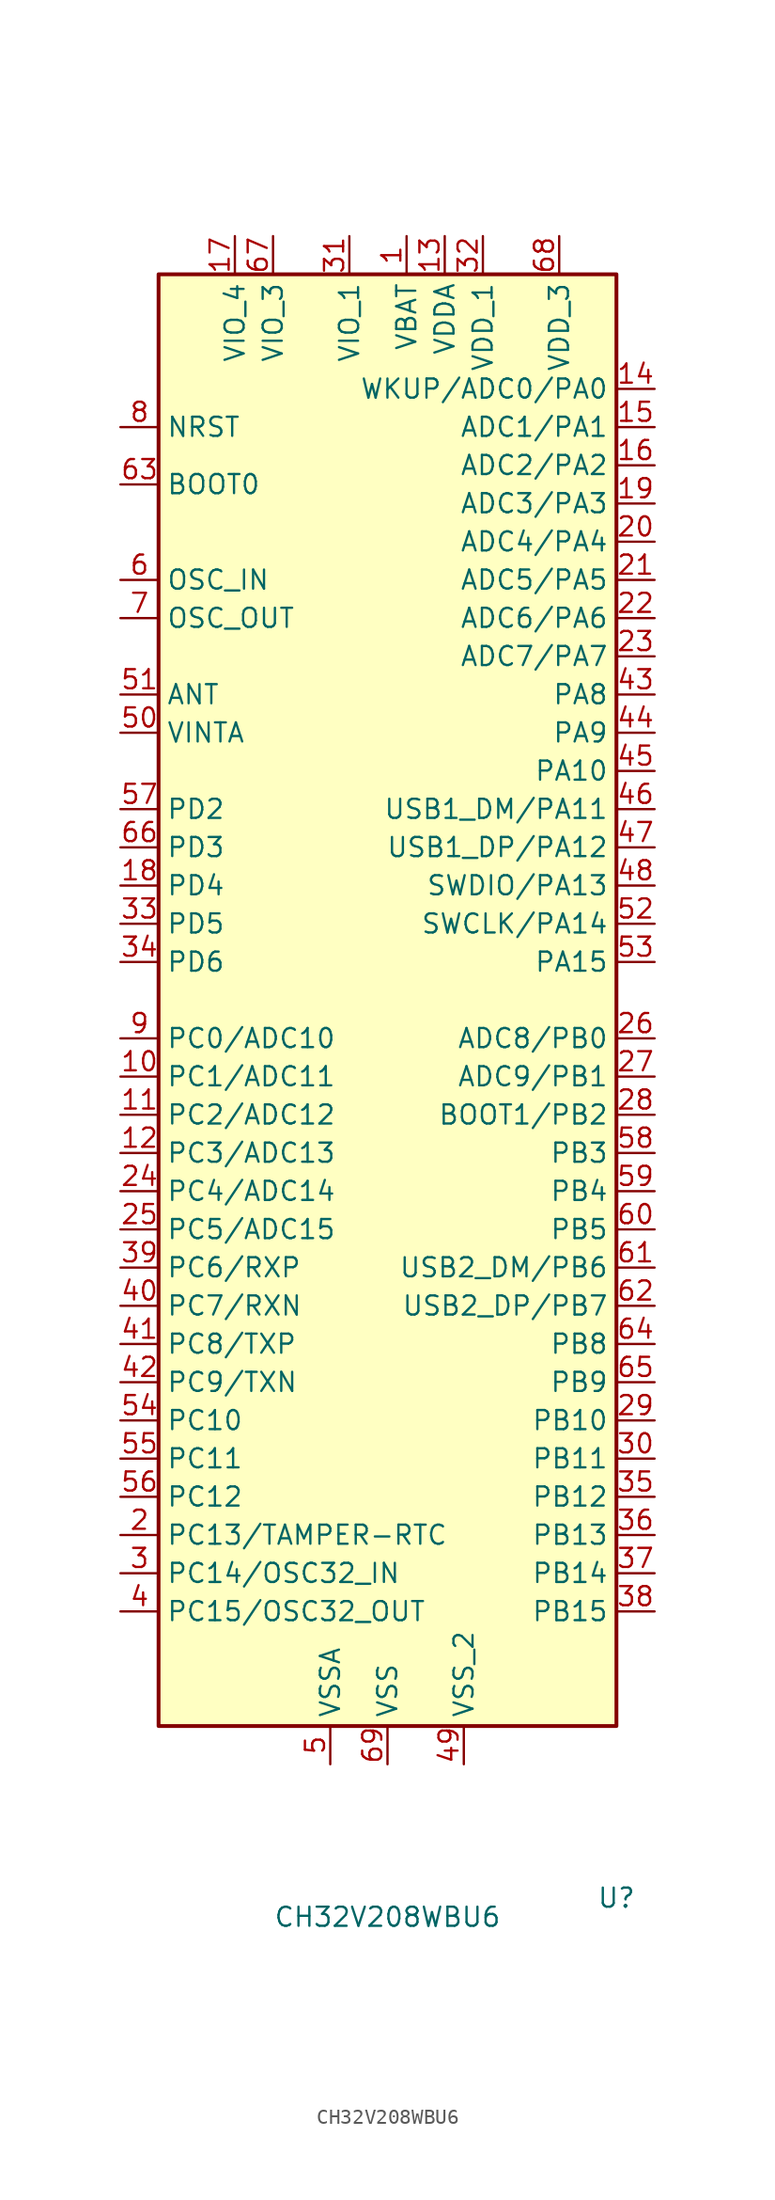
<source format=kicad_sym>
(kicad_symbol_lib
  (version 20231120)
  (generator "kicad_symbol_editor")
  (generator_version "8.0")
  (symbol "CH32V208WBU6"
    (property "Reference" "U"
      (at 15.24 -59.69 0)
      (effects (font (size 1.27 1.27))))
    (property "Value" "CH32V208WBU6"
      (at 0 -60.96 0)
      (effects (font (size 1.27 1.27))))
    (symbol "CH32V208WBU6_0_1"
      (rectangle (start -15.24 48.26) (end 15.24 -48.26) (stroke (width 0.254) (type default)) (fill (type background))))
    (symbol "CH32V208WBU6_1_1"
      (pin power_in line (at 1.27 50.8 270) (length 2.54) (name "VBAT" (effects (font (size 1.27 1.27)))) (number "1" (effects (font (size 1.27 1.27)))))
      (pin bidirectional line (at -17.78 -5.08 0) (length 2.54) (name "PC1/ADC11" (effects (font (size 1.27 1.27)))) (number "10" (effects (font (size 1.27 1.27)))))
      (pin bidirectional line (at -17.78 -7.62 0) (length 2.54) (name "PC2/ADC12" (effects (font (size 1.27 1.27)))) (number "11" (effects (font (size 1.27 1.27)))))
      (pin bidirectional line (at -17.78 -10.16 0) (length 2.54) (name "PC3/ADC13" (effects (font (size 1.27 1.27)))) (number "12" (effects (font (size 1.27 1.27)))))
      (pin power_in line (at 3.81 50.8 270) (length 2.54) (name "VDDA" (effects (font (size 1.27 1.27)))) (number "13" (effects (font (size 1.27 1.27)))))
      (pin bidirectional line (at 17.78 40.64 180) (length 2.54) (name "WKUP/ADC0/PA0" (effects (font (size 1.27 1.27)))) (number "14" (effects (font (size 1.27 1.27)))))
      (pin bidirectional line (at 17.78 38.1 180) (length 2.54) (name "ADC1/PA1" (effects (font (size 1.27 1.27)))) (number "15" (effects (font (size 1.27 1.27)))))
      (pin bidirectional line (at 17.78 35.56 180) (length 2.54) (name "ADC2/PA2" (effects (font (size 1.27 1.27)))) (number "16" (effects (font (size 1.27 1.27)))))
      (pin power_in line (at -10.16 50.8 270) (length 2.54) (name "VIO_4" (effects (font (size 1.27 1.27)))) (number "17" (effects (font (size 1.27 1.27)))))
      (pin bidirectional line (at -17.78 7.62 0) (length 2.54) (name "PD4" (effects (font (size 1.27 1.27)))) (number "18" (effects (font (size 1.27 1.27)))))
      (pin bidirectional line (at 17.78 33.02 180) (length 2.54) (name "ADC3/PA3" (effects (font (size 1.27 1.27)))) (number "19" (effects (font (size 1.27 1.27)))))
      (pin bidirectional line (at -17.78 -35.56 0) (length 2.54) (name "PC13/TAMPER-RTC" (effects (font (size 1.27 1.27)))) (number "2" (effects (font (size 1.27 1.27)))))
      (pin bidirectional line (at 17.78 30.48 180) (length 2.54) (name "ADC4/PA4" (effects (font (size 1.27 1.27)))) (number "20" (effects (font (size 1.27 1.27)))))
      (pin bidirectional line (at 17.78 27.94 180) (length 2.54) (name "ADC5/PA5" (effects (font (size 1.27 1.27)))) (number "21" (effects (font (size 1.27 1.27)))))
      (pin bidirectional line (at 17.78 25.4 180) (length 2.54) (name "ADC6/PA6" (effects (font (size 1.27 1.27)))) (number "22" (effects (font (size 1.27 1.27)))))
      (pin bidirectional line (at 17.78 22.86 180) (length 2.54) (name "ADC7/PA7" (effects (font (size 1.27 1.27)))) (number "23" (effects (font (size 1.27 1.27)))))
      (pin bidirectional line (at -17.78 -12.7 0) (length 2.54) (name "PC4/ADC14" (effects (font (size 1.27 1.27)))) (number "24" (effects (font (size 1.27 1.27)))))
      (pin bidirectional line (at -17.78 -15.24 0) (length 2.54) (name "PC5/ADC15" (effects (font (size 1.27 1.27)))) (number "25" (effects (font (size 1.27 1.27)))))
      (pin bidirectional line (at 17.78 -2.54 180) (length 2.54) (name "ADC8/PB0" (effects (font (size 1.27 1.27)))) (number "26" (effects (font (size 1.27 1.27)))))
      (pin bidirectional line (at 17.78 -5.08 180) (length 2.54) (name "ADC9/PB1" (effects (font (size 1.27 1.27)))) (number "27" (effects (font (size 1.27 1.27)))))
      (pin bidirectional line (at 17.78 -7.62 180) (length 2.54) (name "BOOT1/PB2" (effects (font (size 1.27 1.27)))) (number "28" (effects (font (size 1.27 1.27)))))
      (pin bidirectional line (at 17.78 -27.94 180) (length 2.54) (name "PB10" (effects (font (size 1.27 1.27)))) (number "29" (effects (font (size 1.27 1.27)))))
      (pin bidirectional line (at -17.78 -38.1 0) (length 2.54) (name "PC14/OSC32_IN" (effects (font (size 1.27 1.27)))) (number "3" (effects (font (size 1.27 1.27)))))
      (pin bidirectional line (at 17.78 -30.48 180) (length 2.54) (name "PB11" (effects (font (size 1.27 1.27)))) (number "30" (effects (font (size 1.27 1.27)))))
      (pin power_in line (at -2.54 50.8 270) (length 2.54) (name "VIO_1" (effects (font (size 1.27 1.27)))) (number "31" (effects (font (size 1.27 1.27)))))
      (pin power_in line (at 6.35 50.8 270) (length 2.54) (name "VDD_1" (effects (font (size 1.27 1.27)))) (number "32" (effects (font (size 1.27 1.27)))))
      (pin bidirectional line (at -17.78 5.08 0) (length 2.54) (name "PD5" (effects (font (size 1.27 1.27)))) (number "33" (effects (font (size 1.27 1.27)))))
      (pin bidirectional line (at -17.78 2.54 0) (length 2.54) (name "PD6" (effects (font (size 1.27 1.27)))) (number "34" (effects (font (size 1.27 1.27)))))
      (pin bidirectional line (at 17.78 -33.02 180) (length 2.54) (name "PB12" (effects (font (size 1.27 1.27)))) (number "35" (effects (font (size 1.27 1.27)))))
      (pin bidirectional line (at 17.78 -35.56 180) (length 2.54) (name "PB13" (effects (font (size 1.27 1.27)))) (number "36" (effects (font (size 1.27 1.27)))))
      (pin bidirectional line (at 17.78 -38.1 180) (length 2.54) (name "PB14" (effects (font (size 1.27 1.27)))) (number "37" (effects (font (size 1.27 1.27)))))
      (pin bidirectional line (at 17.78 -40.64 180) (length 2.54) (name "PB15" (effects (font (size 1.27 1.27)))) (number "38" (effects (font (size 1.27 1.27)))))
      (pin bidirectional line (at -17.78 -17.78 0) (length 2.54) (name "PC6/RXP" (effects (font (size 1.27 1.27)))) (number "39" (effects (font (size 1.27 1.27)))))
      (pin bidirectional line (at -17.78 -40.64 0) (length 2.54) (name "PC15/OSC32_OUT" (effects (font (size 1.27 1.27)))) (number "4" (effects (font (size 1.27 1.27)))))
      (pin bidirectional line (at -17.78 -20.32 0) (length 2.54) (name "PC7/RXN" (effects (font (size 1.27 1.27)))) (number "40" (effects (font (size 1.27 1.27)))))
      (pin bidirectional line (at -17.78 -22.86 0) (length 2.54) (name "PC8/TXP" (effects (font (size 1.27 1.27)))) (number "41" (effects (font (size 1.27 1.27)))))
      (pin bidirectional line (at -17.78 -25.4 0) (length 2.54) (name "PC9/TXN" (effects (font (size 1.27 1.27)))) (number "42" (effects (font (size 1.27 1.27)))))
      (pin bidirectional line (at 17.78 20.32 180) (length 2.54) (name "PA8" (effects (font (size 1.27 1.27)))) (number "43" (effects (font (size 1.27 1.27)))))
      (pin bidirectional line (at 17.78 17.78 180) (length 2.54) (name "PA9" (effects (font (size 1.27 1.27)))) (number "44" (effects (font (size 1.27 1.27)))))
      (pin bidirectional line (at 17.78 15.24 180) (length 2.54) (name "PA10" (effects (font (size 1.27 1.27)))) (number "45" (effects (font (size 1.27 1.27)))))
      (pin bidirectional line (at 17.78 12.7 180) (length 2.54) (name "USB1_DM/PA11" (effects (font (size 1.27 1.27)))) (number "46" (effects (font (size 1.27 1.27)))))
      (pin bidirectional line (at 17.78 10.16 180) (length 2.54) (name "USB1_DP/PA12" (effects (font (size 1.27 1.27)))) (number "47" (effects (font (size 1.27 1.27)))))
      (pin bidirectional line (at 17.78 7.62 180) (length 2.54) (name "SWDIO/PA13" (effects (font (size 1.27 1.27)))) (number "48" (effects (font (size 1.27 1.27)))))
      (pin power_in line (at 5.08 -50.8 90) (length 2.54) (name "VSS_2" (effects (font (size 1.27 1.27)))) (number "49" (effects (font (size 1.27 1.27)))))
      (pin power_in line (at -3.81 -50.8 90) (length 2.54) (name "VSSA" (effects (font (size 1.27 1.27)))) (number "5" (effects (font (size 1.27 1.27)))))
      (pin bidirectional line (at -17.78 17.78 0) (length 2.54) (name "VINTA" (effects (font (size 1.27 1.27)))) (number "50" (effects (font (size 1.27 1.27)))))
      (pin bidirectional line (at -17.78 20.32 0) (length 2.54) (name "ANT" (effects (font (size 1.27 1.27)))) (number "51" (effects (font (size 1.27 1.27)))))
      (pin bidirectional line (at 17.78 5.08 180) (length 2.54) (name "SWCLK/PA14" (effects (font (size 1.27 1.27)))) (number "52" (effects (font (size 1.27 1.27)))))
      (pin bidirectional line (at 17.78 2.54 180) (length 2.54) (name "PA15" (effects (font (size 1.27 1.27)))) (number "53" (effects (font (size 1.27 1.27)))))
      (pin bidirectional line (at -17.78 -27.94 0) (length 2.54) (name "PC10" (effects (font (size 1.27 1.27)))) (number "54" (effects (font (size 1.27 1.27)))))
      (pin bidirectional line (at -17.78 -30.48 0) (length 2.54) (name "PC11" (effects (font (size 1.27 1.27)))) (number "55" (effects (font (size 1.27 1.27)))))
      (pin bidirectional line (at -17.78 -33.02 0) (length 2.54) (name "PC12" (effects (font (size 1.27 1.27)))) (number "56" (effects (font (size 1.27 1.27)))))
      (pin bidirectional line (at -17.78 12.7 0) (length 2.54) (name "PD2" (effects (font (size 1.27 1.27)))) (number "57" (effects (font (size 1.27 1.27)))))
      (pin bidirectional line (at 17.78 -10.16 180) (length 2.54) (name "PB3" (effects (font (size 1.27 1.27)))) (number "58" (effects (font (size 1.27 1.27)))))
      (pin bidirectional line (at 17.78 -12.7 180) (length 2.54) (name "PB4" (effects (font (size 1.27 1.27)))) (number "59" (effects (font (size 1.27 1.27)))))
      (pin bidirectional line (at -17.78 27.94 0) (length 2.54) (name "OSC_IN" (effects (font (size 1.27 1.27)))) (number "6" (effects (font (size 1.27 1.27)))))
      (pin bidirectional line (at 17.78 -15.24 180) (length 2.54) (name "PB5" (effects (font (size 1.27 1.27)))) (number "60" (effects (font (size 1.27 1.27)))))
      (pin bidirectional line (at 17.78 -17.78 180) (length 2.54) (name "USB2_DM/PB6" (effects (font (size 1.27 1.27)))) (number "61" (effects (font (size 1.27 1.27)))))
      (pin bidirectional line (at 17.78 -20.32 180) (length 2.54) (name "USB2_DP/PB7" (effects (font (size 1.27 1.27)))) (number "62" (effects (font (size 1.27 1.27)))))
      (pin bidirectional line (at -17.78 34.29 0) (length 2.54) (name "BOOT0" (effects (font (size 1.27 1.27)))) (number "63" (effects (font (size 1.27 1.27)))))
      (pin bidirectional line (at 17.78 -22.86 180) (length 2.54) (name "PB8" (effects (font (size 1.27 1.27)))) (number "64" (effects (font (size 1.27 1.27)))))
      (pin bidirectional line (at 17.78 -25.4 180) (length 2.54) (name "PB9" (effects (font (size 1.27 1.27)))) (number "65" (effects (font (size 1.27 1.27)))))
      (pin bidirectional line (at -17.78 10.16 0) (length 2.54) (name "PD3" (effects (font (size 1.27 1.27)))) (number "66" (effects (font (size 1.27 1.27)))))
      (pin power_in line (at -7.62 50.8 270) (length 2.54) (name "VIO_3" (effects (font (size 1.27 1.27)))) (number "67" (effects (font (size 1.27 1.27)))))
      (pin power_in line (at 11.43 50.8 270) (length 2.54) (name "VDD_3" (effects (font (size 1.27 1.27)))) (number "68" (effects (font (size 1.27 1.27)))))
      (pin power_in line (at 0 -50.8 90) (length 2.54) (name "VSS" (effects (font (size 1.27 1.27)))) (number "69" (effects (font (size 1.27 1.27)))))
      (pin bidirectional line (at -17.78 25.4 0) (length 2.54) (name "OSC_OUT" (effects (font (size 1.27 1.27)))) (number "7" (effects (font (size 1.27 1.27)))))
      (pin bidirectional line (at -17.78 38.1 0) (length 2.54) (name "NRST" (effects (font (size 1.27 1.27)))) (number "8" (effects (font (size 1.27 1.27)))))
      (pin bidirectional line (at -17.78 -2.54 0) (length 2.54) (name "PC0/ADC10" (effects (font (size 1.27 1.27)))) (number "9" (effects (font (size 1.27 1.27))))))))
</source>
